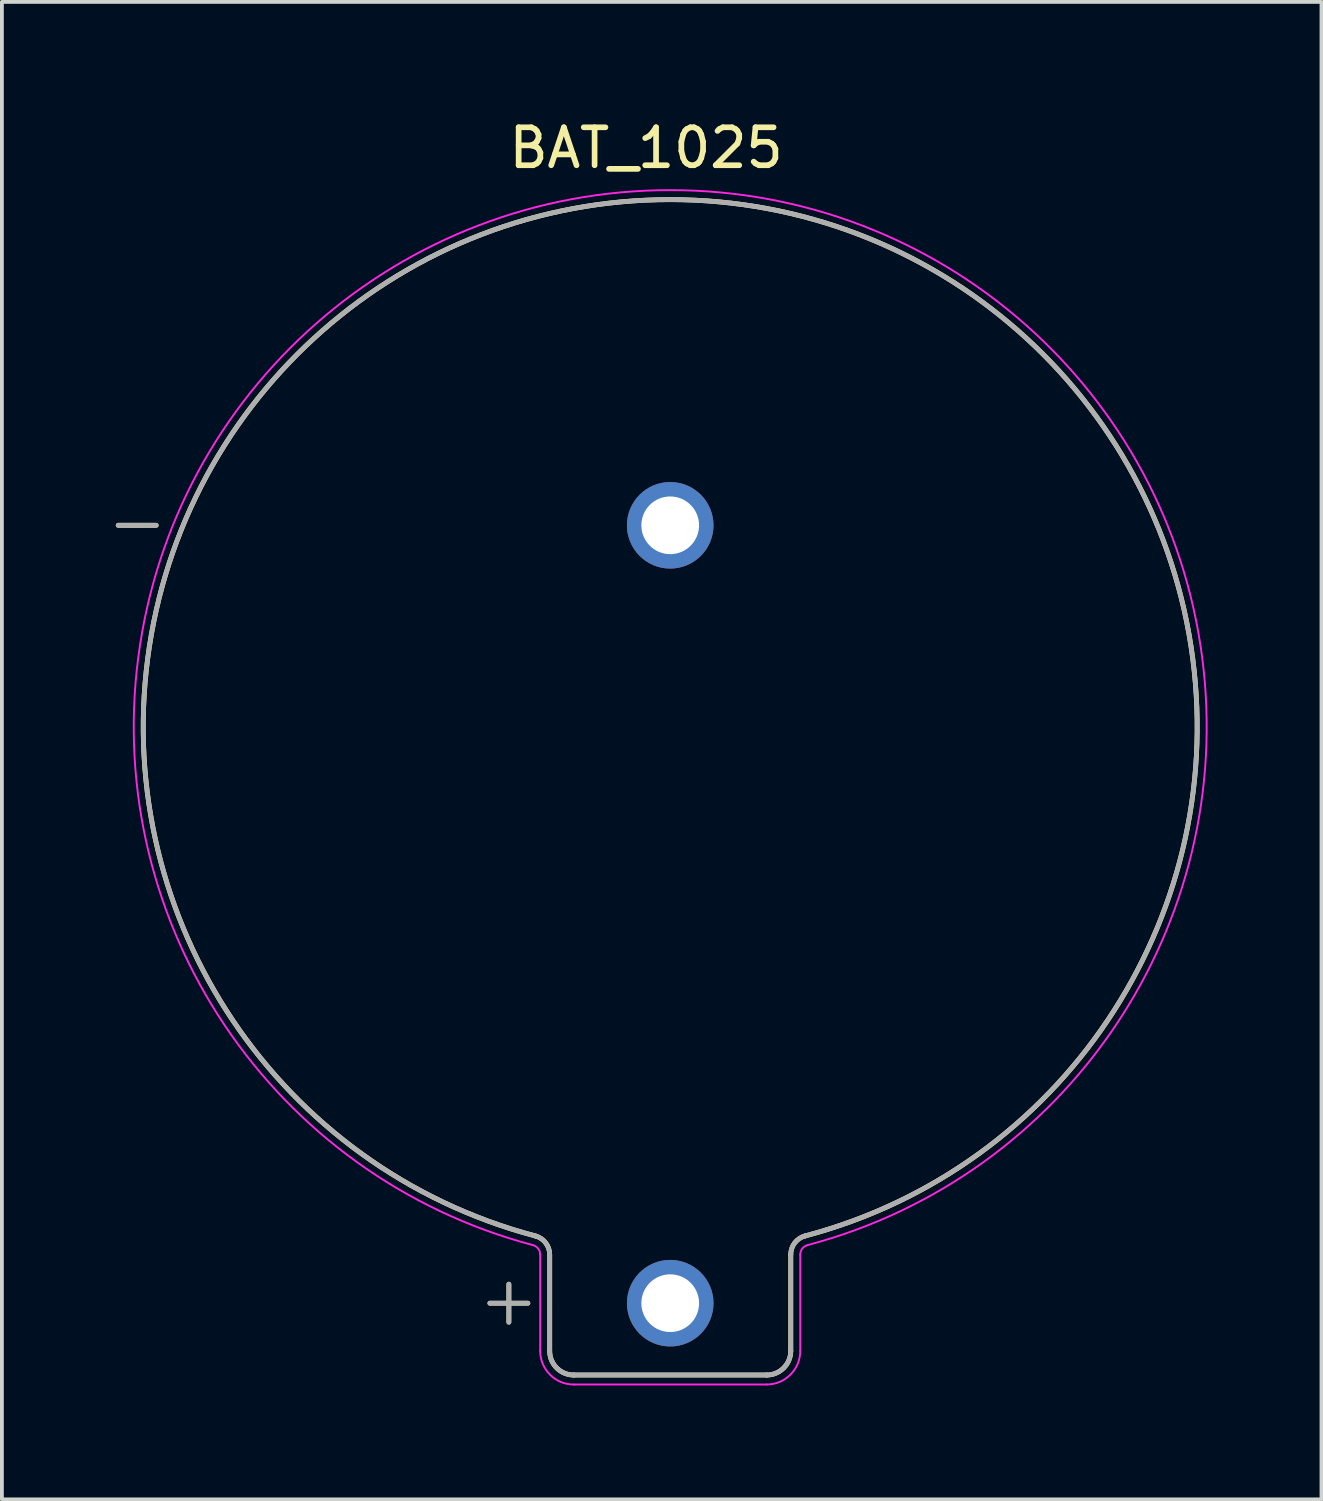
<source format=kicad_pcb>
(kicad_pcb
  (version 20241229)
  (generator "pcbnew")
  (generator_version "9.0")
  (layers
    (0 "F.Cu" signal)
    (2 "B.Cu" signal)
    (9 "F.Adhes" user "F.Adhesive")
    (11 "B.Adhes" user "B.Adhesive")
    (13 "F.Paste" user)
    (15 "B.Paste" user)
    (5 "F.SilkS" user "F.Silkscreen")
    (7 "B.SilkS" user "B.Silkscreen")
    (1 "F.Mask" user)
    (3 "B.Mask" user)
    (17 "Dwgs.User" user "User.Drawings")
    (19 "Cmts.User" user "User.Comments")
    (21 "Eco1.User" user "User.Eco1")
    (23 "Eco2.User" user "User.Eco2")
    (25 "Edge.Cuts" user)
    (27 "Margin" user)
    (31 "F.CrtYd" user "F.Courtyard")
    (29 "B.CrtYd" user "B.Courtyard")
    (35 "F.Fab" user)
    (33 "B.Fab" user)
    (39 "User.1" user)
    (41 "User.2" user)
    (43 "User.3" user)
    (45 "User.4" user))
  (footprint "BAT_1025"
    (layer "F.Cu")
    (at 14.604 16.088)
    (property "Reference" "BAT_1025" (at -0.635 -15.24 0) (layer "F.SilkS") (effects (font (size 1 1) (thickness 0.15))))
    (attr through_hole)
    (fp_line (start -14.54 -5.301) (end -13.54 -5.301) (stroke (width 0.127) (type solid)) (layer "F.SilkS"))
    (fp_line (start -4.75 15.189) (end -3.75 15.189) (stroke (width 0.127) (type solid)) (layer "F.SilkS"))
    (fp_line (start -4.25 14.689) (end -4.25 15.689) (stroke (width 0.127) (type solid)) (layer "F.SilkS"))
    (fp_line (start -3.175 13.91) (end -3.175 16.447) (stroke (width 0.127) (type solid)) (layer "F.SilkS"))
    (fp_line (start -2.54 17.081) (end 2.54 17.081) (stroke (width 0.127) (type solid)) (layer "F.SilkS"))
    (fp_line (start 3.175 13.91) (end 3.175 16.447) (stroke (width 0.127) (type solid)) (layer "F.SilkS"))
    (fp_arc (start -3.55402 13.4173) (mid -3.280724 13.599069) (end -3.175 13.9098) (stroke (width 0.127) (type solid)) (layer "F.SilkS"))
    (fp_arc (start -3.55402 13.4173) (mid 0 -13.879992) (end 3.55402 13.4173) (stroke (width 0.127) (type solid)) (layer "F.SilkS"))
    (fp_arc (start -2.54 17.0815) (mid -2.989013 16.895513) (end -3.175 16.4465) (stroke (width 0.127) (type solid)) (layer "F.SilkS"))
    (fp_arc (start 3.175 13.9098) (mid 3.280723 13.599069) (end 3.55402 13.4173) (stroke (width 0.127) (type solid)) (layer "F.SilkS"))
    (fp_arc (start 3.175 16.4465) (mid 2.989013 16.895513) (end 2.54 17.0815) (stroke (width 0.127) (type solid)) (layer "F.SilkS"))
    (fp_line (start -3.425 13.91) (end -3.425 16.447) (stroke (width 0.05) (type solid)) (layer "F.CrtYd"))
    (fp_line (start -2.54 17.331) (end 2.54 17.331) (stroke (width 0.05) (type solid)) (layer "F.CrtYd"))
    (fp_line (start 3.425 13.91) (end 3.425 16.447) (stroke (width 0.05) (type solid)) (layer "F.CrtYd"))
    (fp_arc (start -3.61804 13.6589) (mid -3.478835 13.751508) (end -3.425 13.9098) (stroke (width 0.05) (type solid)) (layer "F.CrtYd"))
    (fp_arc (start -3.61804 13.6589) (mid 0 -14.130109) (end 3.61804 13.6589) (stroke (width 0.05) (type solid)) (layer "F.CrtYd"))
    (fp_arc (start -2.54 17.3315) (mid -3.16579 17.07229) (end -3.425 16.4465) (stroke (width 0.05) (type solid)) (layer "F.CrtYd"))
    (fp_arc (start 3.425 13.9098) (mid 3.478835 13.751509) (end 3.61804 13.6589) (stroke (width 0.05) (type solid)) (layer "F.CrtYd"))
    (fp_arc (start 3.425 16.4465) (mid 3.16579 17.07229) (end 2.54 17.3315) (stroke (width 0.05) (type solid)) (layer "F.CrtYd"))
    (fp_line (start -14.54 -5.301) (end -13.54 -5.301) (stroke (width 0.127) (type solid)) (layer "F.Fab"))
    (fp_line (start -4.75 15.189) (end -3.75 15.189) (stroke (width 0.127) (type solid)) (layer "F.Fab"))
    (fp_line (start -4.25 14.689) (end -4.25 15.689) (stroke (width 0.127) (type solid)) (layer "F.Fab"))
    (fp_line (start -3.175 13.91) (end -3.175 16.447) (stroke (width 0.127) (type solid)) (layer "F.Fab"))
    (fp_line (start -2.54 17.081) (end 2.54 17.081) (stroke (width 0.127) (type solid)) (layer "F.Fab"))
    (fp_line (start 3.175 13.91) (end 3.175 16.447) (stroke (width 0.127) (type solid)) (layer "F.Fab"))
    (fp_arc (start -3.55402 13.4173) (mid -3.280724 13.599069) (end -3.175 13.9098) (stroke (width 0.127) (type solid)) (layer "F.Fab"))
    (fp_arc (start -3.55402 13.4173) (mid 0 -13.879992) (end 3.55402 13.4173) (stroke (width 0.127) (type solid)) (layer "F.Fab"))
    (fp_arc (start -2.54 17.0815) (mid -2.989013 16.895513) (end -3.175 16.4465) (stroke (width 0.127) (type solid)) (layer "F.Fab"))
    (fp_arc (start 3.175 13.9098) (mid 3.280723 13.599069) (end 3.55402 13.4173) (stroke (width 0.127) (type solid)) (layer "F.Fab"))
    (fp_arc (start 3.175 16.4465) (mid 2.989013 16.895513) (end 2.54 17.0815) (stroke (width 0.127) (type solid)) (layer "F.Fab"))
    (pad "N" thru_hole circle (at 0 -5.301) (size 2.28 2.28) (drill 1.52) (layers "*.Cu" "*.Mask"))
    (pad "P" thru_hole circle (at 0 15.189) (size 2.28 2.28) (drill 1.52) (layers "*.Cu" "*.Mask")))
  (gr_rect
    (start -3 -3)
    (end 31.759 36.445)
    (stroke (width 0.1) (type default))
    (fill no)
    (layer "Edge.Cuts")))
</source>
